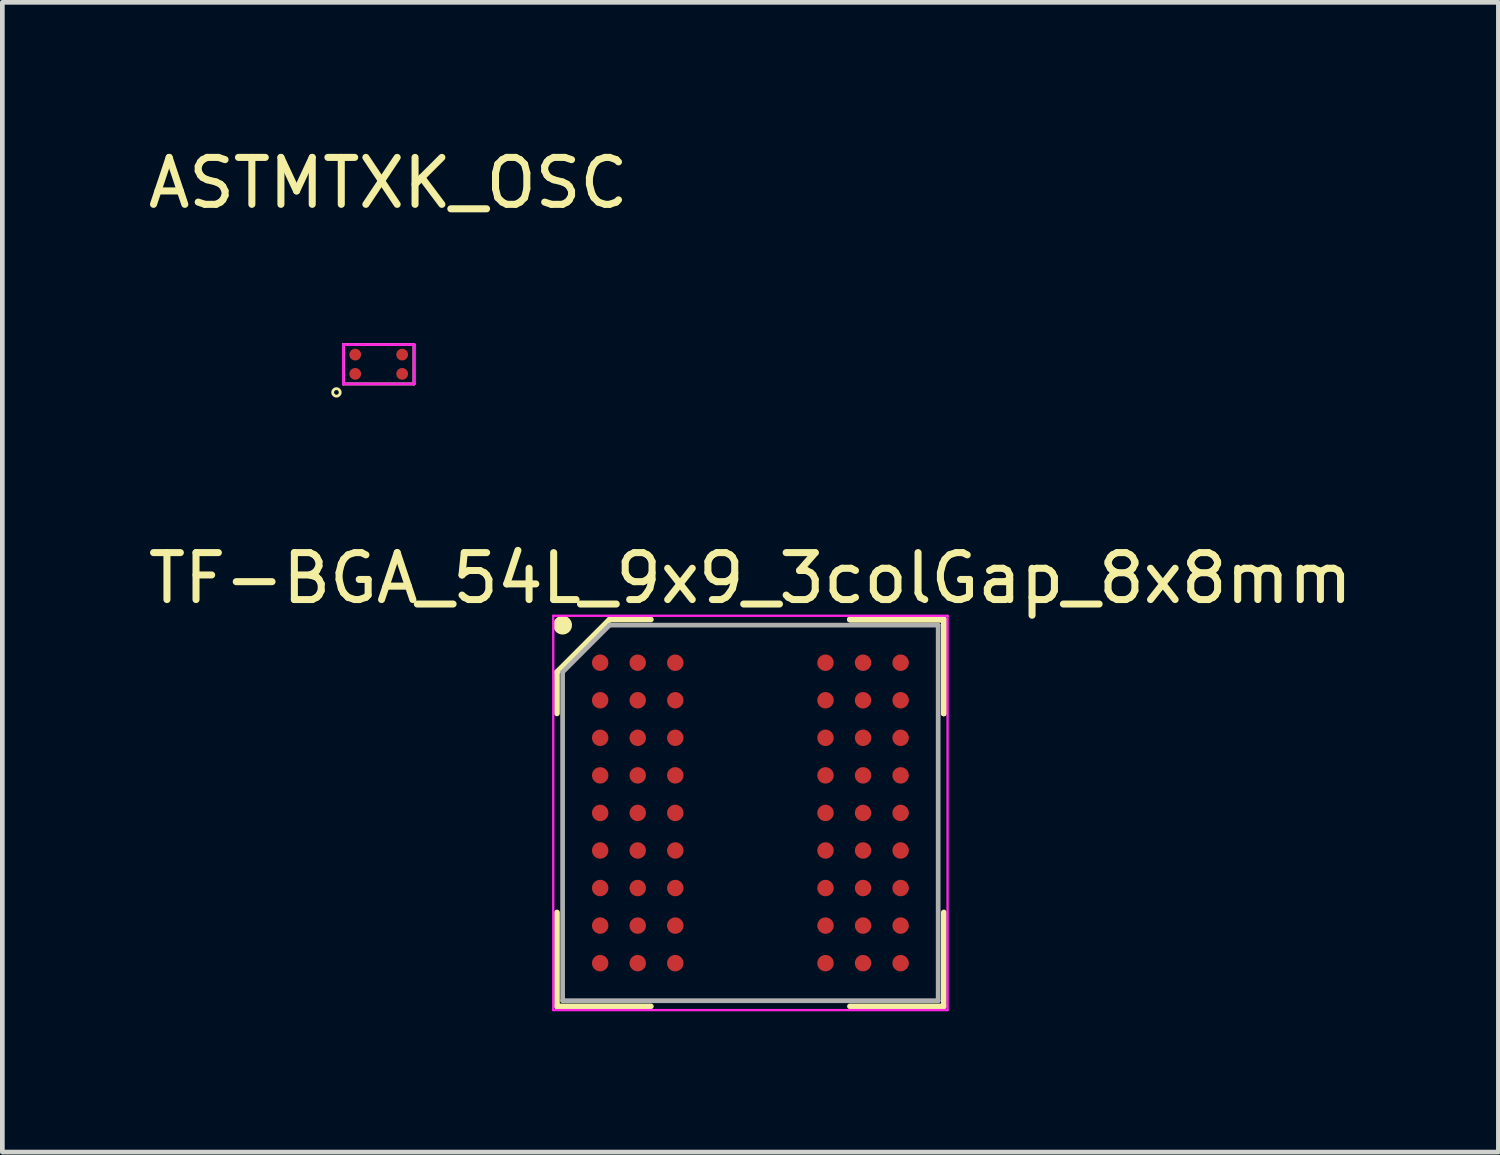
<source format=kicad_pcb>
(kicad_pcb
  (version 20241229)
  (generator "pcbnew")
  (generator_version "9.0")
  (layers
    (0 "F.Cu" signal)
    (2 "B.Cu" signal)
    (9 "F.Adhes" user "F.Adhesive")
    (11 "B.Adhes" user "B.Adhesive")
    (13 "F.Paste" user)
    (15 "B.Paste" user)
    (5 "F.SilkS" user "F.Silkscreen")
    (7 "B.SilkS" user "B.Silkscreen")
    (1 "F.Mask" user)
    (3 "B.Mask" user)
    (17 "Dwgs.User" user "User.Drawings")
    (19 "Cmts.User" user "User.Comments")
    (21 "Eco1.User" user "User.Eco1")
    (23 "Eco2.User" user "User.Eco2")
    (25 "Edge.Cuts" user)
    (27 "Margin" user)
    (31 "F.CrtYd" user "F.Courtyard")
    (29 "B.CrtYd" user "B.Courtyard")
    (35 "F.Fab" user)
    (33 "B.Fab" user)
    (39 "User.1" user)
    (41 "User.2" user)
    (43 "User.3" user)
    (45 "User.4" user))
  (footprint "ASTMTXK_OSC"
    (layer "F.Cu")
    (at 5.017 4.709)
    (property "Reference" "ASTMTXK_OSC" (at 0.203 -3.861 0) (layer "F.SilkS") (effects (font (size 1 1) (thickness 0.15))))
    (attr through_hole)
    (fp_line (start -0.752 -0.42) (end 0.752 -0.42) (stroke (width 0.06) (type solid)) (layer "F.SilkS"))
    (fp_line (start -0.752 0.42) (end -0.752 -0.42) (stroke (width 0.06) (type solid)) (layer "F.SilkS"))
    (fp_line (start 0.752 -0.42) (end 0.752 0.42) (stroke (width 0.06) (type solid)) (layer "F.SilkS"))
    (fp_line (start 0.752 0.42) (end -0.752 0.42) (stroke (width 0.06) (type solid)) (layer "F.SilkS"))
    (fp_circle (center -0.9 0.6) (end -0.82 0.6) (stroke (width 0.06) (type solid)) (fill no) (layer "F.SilkS"))
    (fp_line (start -0.752 -0.42) (end -0.752 0.42) (stroke (width 0.06) (type solid)) (layer "F.CrtYd"))
    (fp_line (start -0.752 0.42) (end 0.752 0.42) (stroke (width 0.06) (type solid)) (layer "F.CrtYd"))
    (fp_line (start 0.752 -0.42) (end -0.752 -0.42) (stroke (width 0.06) (type solid)) (layer "F.CrtYd"))
    (fp_line (start 0.752 0.42) (end 0.752 -0.42) (stroke (width 0.06) (type solid)) (layer "F.CrtYd"))
    (pad "1" smd circle (at -0.5 0.205) (size 0.25 0.25) (layers "F.Cu" "F.Mask" "F.Paste"))
    (pad "2" smd circle (at 0.5 0.205) (size 0.25 0.25) (layers "F.Cu" "F.Mask" "F.Paste"))
    (pad "3" smd circle (at 0.5 -0.205) (size 0.25 0.25) (layers "F.Cu" "F.Mask" "F.Paste"))
    (pad "4" smd circle (at -0.5 -0.205) (size 0.25 0.25) (layers "F.Cu" "F.Mask" "F.Paste")))
  (footprint "TF-BGA_54L_9x9_3colGap_8x8mm"
    (layer "F.Cu")
    (at 12.935 14.267)
    (property "Reference" "TF-BGA_54L_9x9_3colGap_8x8mm" (at 0 -5 0) (layer "F.SilkS") (effects (font (size 1 1) (thickness 0.15))))
    (attr smd)
    (fp_line (start -4.12 -3) (end -4.12 -2.12) (stroke (width 0.12) (type solid)) (layer "F.SilkS"))
    (fp_line (start -4.12 4.12) (end -4.12 2.12) (stroke (width 0.12) (type solid)) (layer "F.SilkS"))
    (fp_line (start -3 -4.12) (end -4.12 -3) (stroke (width 0.12) (type solid)) (layer "F.SilkS"))
    (fp_line (start -2.12 -4.12) (end -3 -4.12) (stroke (width 0.12) (type solid)) (layer "F.SilkS"))
    (fp_line (start -2.12 4.12) (end -4.12 4.12) (stroke (width 0.12) (type solid)) (layer "F.SilkS"))
    (fp_line (start 2.12 -4.12) (end 4.12 -4.12) (stroke (width 0.12) (type solid)) (layer "F.SilkS"))
    (fp_line (start 2.12 -4.12) (end 4.12 -4.12) (stroke (width 0.12) (type solid)) (layer "F.SilkS"))
    (fp_line (start 2.12 -4.12) (end 4.12 -4.12) (stroke (width 0.12) (type solid)) (layer "F.SilkS"))
    (fp_line (start 2.12 4.12) (end 4.12 4.12) (stroke (width 0.12) (type solid)) (layer "F.SilkS"))
    (fp_line (start 4.12 -4.12) (end 4.12 -2.12) (stroke (width 0.12) (type solid)) (layer "F.SilkS"))
    (fp_line (start 4.12 -4.12) (end 4.12 -2.12) (stroke (width 0.12) (type solid)) (layer "F.SilkS"))
    (fp_line (start 4.12 -4.12) (end 4.12 -2.12) (stroke (width 0.12) (type solid)) (layer "F.SilkS"))
    (fp_line (start 4.12 4.12) (end 4.12 2.12) (stroke (width 0.12) (type solid)) (layer "F.SilkS"))
    (fp_circle (center -4 -4) (end -4 -3.9) (stroke (width 0.2) (type solid)) (fill no) (layer "F.SilkS"))
    (fp_line (start -4.2 -4.2) (end 4.2 -4.2) (stroke (width 0.05) (type solid)) (layer "F.CrtYd"))
    (fp_line (start -4.2 4.2) (end -4.2 -4.2) (stroke (width 0.05) (type solid)) (layer "F.CrtYd"))
    (fp_line (start 4.2 -4.2) (end 4.2 4.2) (stroke (width 0.05) (type solid)) (layer "F.CrtYd"))
    (fp_line (start 4.2 4.2) (end -4.2 4.2) (stroke (width 0.05) (type solid)) (layer "F.CrtYd"))
    (fp_line (start -4 -3) (end -4 4) (stroke (width 0.1) (type solid)) (layer "F.Fab"))
    (fp_line (start -4 4) (end 4 4) (stroke (width 0.1) (type solid)) (layer "F.Fab"))
    (fp_line (start -3 -4) (end -4 -3) (stroke (width 0.1) (type solid)) (layer "F.Fab"))
    (fp_line (start 4 -4) (end -3 -4) (stroke (width 0.1) (type solid)) (layer "F.Fab"))
    (fp_line (start 4 4) (end 4 -4) (stroke (width 0.1) (type solid)) (layer "F.Fab"))
    (pad "A1" smd circle (at -3.2 -3.2) (size 0.35 0.35) (layers "F.Cu" "F.Mask" "F.Paste"))
    (pad "A2" smd circle (at -2.4 -3.2) (size 0.35 0.35) (layers "F.Cu" "F.Mask" "F.Paste"))
    (pad "A3" smd circle (at -1.6 -3.2) (size 0.35 0.35) (layers "F.Cu" "F.Mask" "F.Paste"))
    (pad "A7" smd circle (at 1.6 -3.2) (size 0.35 0.35) (layers "F.Cu" "F.Mask" "F.Paste"))
    (pad "A8" smd circle (at 2.4 -3.2) (size 0.35 0.35) (layers "F.Cu" "F.Mask" "F.Paste"))
    (pad "A9" smd circle (at 3.2 -3.2) (size 0.35 0.35) (layers "F.Cu" "F.Mask" "F.Paste"))
    (pad "B1" smd circle (at -3.2 -2.4) (size 0.35 0.35) (layers "F.Cu" "F.Mask" "F.Paste"))
    (pad "B2" smd circle (at -2.4 -2.4) (size 0.35 0.35) (layers "F.Cu" "F.Mask" "F.Paste"))
    (pad "B3" smd circle (at -1.6 -2.4) (size 0.35 0.35) (layers "F.Cu" "F.Mask" "F.Paste"))
    (pad "B7" smd circle (at 1.6 -2.4) (size 0.35 0.35) (layers "F.Cu" "F.Mask" "F.Paste"))
    (pad "B8" smd circle (at 2.4 -2.4) (size 0.35 0.35) (layers "F.Cu" "F.Mask" "F.Paste"))
    (pad "B9" smd circle (at 3.2 -2.4) (size 0.35 0.35) (layers "F.Cu" "F.Mask" "F.Paste"))
    (pad "C1" smd circle (at -3.2 -1.6) (size 0.35 0.35) (layers "F.Cu" "F.Mask" "F.Paste"))
    (pad "C2" smd circle (at -2.4 -1.6) (size 0.35 0.35) (layers "F.Cu" "F.Mask" "F.Paste"))
    (pad "C3" smd circle (at -1.6 -1.6) (size 0.35 0.35) (layers "F.Cu" "F.Mask" "F.Paste"))
    (pad "C7" smd circle (at 1.6 -1.6) (size 0.35 0.35) (layers "F.Cu" "F.Mask" "F.Paste"))
    (pad "C8" smd circle (at 2.4 -1.6) (size 0.35 0.35) (layers "F.Cu" "F.Mask" "F.Paste"))
    (pad "C9" smd circle (at 3.2 -1.6) (size 0.35 0.35) (layers "F.Cu" "F.Mask" "F.Paste"))
    (pad "D1" smd circle (at -3.2 -0.8) (size 0.35 0.35) (layers "F.Cu" "F.Mask" "F.Paste"))
    (pad "D2" smd circle (at -2.4 -0.8) (size 0.35 0.35) (layers "F.Cu" "F.Mask" "F.Paste"))
    (pad "D3" smd circle (at -1.6 -0.8) (size 0.35 0.35) (layers "F.Cu" "F.Mask" "F.Paste"))
    (pad "D7" smd circle (at 1.6 -0.8) (size 0.35 0.35) (layers "F.Cu" "F.Mask" "F.Paste"))
    (pad "D8" smd circle (at 2.4 -0.8) (size 0.35 0.35) (layers "F.Cu" "F.Mask" "F.Paste"))
    (pad "D9" smd circle (at 3.2 -0.8) (size 0.35 0.35) (layers "F.Cu" "F.Mask" "F.Paste"))
    (pad "E1" smd circle (at -3.2 0) (size 0.35 0.35) (layers "F.Cu" "F.Mask" "F.Paste"))
    (pad "E2" smd circle (at -2.4 0) (size 0.35 0.35) (layers "F.Cu" "F.Mask" "F.Paste"))
    (pad "E3" smd circle (at -1.6 0) (size 0.35 0.35) (layers "F.Cu" "F.Mask" "F.Paste"))
    (pad "E7" smd circle (at 1.6 0) (size 0.35 0.35) (layers "F.Cu" "F.Mask" "F.Paste"))
    (pad "E8" smd circle (at 2.4 0) (size 0.35 0.35) (layers "F.Cu" "F.Mask" "F.Paste"))
    (pad "E9" smd circle (at 3.2 0) (size 0.35 0.35) (layers "F.Cu" "F.Mask" "F.Paste"))
    (pad "F1" smd circle (at -3.2 0.8) (size 0.35 0.35) (layers "F.Cu" "F.Mask" "F.Paste"))
    (pad "F2" smd circle (at -2.4 0.8) (size 0.35 0.35) (layers "F.Cu" "F.Mask" "F.Paste"))
    (pad "F3" smd circle (at -1.6 0.8) (size 0.35 0.35) (layers "F.Cu" "F.Mask" "F.Paste"))
    (pad "F7" smd circle (at 1.6 0.8) (size 0.35 0.35) (layers "F.Cu" "F.Mask" "F.Paste"))
    (pad "F8" smd circle (at 2.4 0.8) (size 0.35 0.35) (layers "F.Cu" "F.Mask" "F.Paste"))
    (pad "F9" smd circle (at 3.2 0.8) (size 0.35 0.35) (layers "F.Cu" "F.Mask" "F.Paste"))
    (pad "G1" smd circle (at -3.2 1.6) (size 0.35 0.35) (layers "F.Cu" "F.Mask" "F.Paste"))
    (pad "G2" smd circle (at -2.4 1.6) (size 0.35 0.35) (layers "F.Cu" "F.Mask" "F.Paste"))
    (pad "G3" smd circle (at -1.6 1.6) (size 0.35 0.35) (layers "F.Cu" "F.Mask" "F.Paste"))
    (pad "G7" smd circle (at 1.6 1.6) (size 0.35 0.35) (layers "F.Cu" "F.Mask" "F.Paste"))
    (pad "G8" smd circle (at 2.4 1.6) (size 0.35 0.35) (layers "F.Cu" "F.Mask" "F.Paste"))
    (pad "G9" smd circle (at 3.2 1.6) (size 0.35 0.35) (layers "F.Cu" "F.Mask" "F.Paste"))
    (pad "H1" smd circle (at -3.2 2.4) (size 0.35 0.35) (layers "F.Cu" "F.Mask" "F.Paste"))
    (pad "H2" smd circle (at -2.4 2.4) (size 0.35 0.35) (layers "F.Cu" "F.Mask" "F.Paste"))
    (pad "H3" smd circle (at -1.6 2.4) (size 0.35 0.35) (layers "F.Cu" "F.Mask" "F.Paste"))
    (pad "H7" smd circle (at 1.6 2.4) (size 0.35 0.35) (layers "F.Cu" "F.Mask" "F.Paste"))
    (pad "H8" smd circle (at 2.4 2.4) (size 0.35 0.35) (layers "F.Cu" "F.Mask" "F.Paste"))
    (pad "H9" smd circle (at 3.2 2.4) (size 0.35 0.35) (layers "F.Cu" "F.Mask" "F.Paste"))
    (pad "J1" smd circle (at -3.2 3.2) (size 0.35 0.35) (layers "F.Cu" "F.Mask" "F.Paste"))
    (pad "J2" smd circle (at -2.4 3.2) (size 0.35 0.35) (layers "F.Cu" "F.Mask" "F.Paste"))
    (pad "J3" smd circle (at -1.6 3.2) (size 0.35 0.35) (layers "F.Cu" "F.Mask" "F.Paste"))
    (pad "J7" smd circle (at 1.6 3.2) (size 0.35 0.35) (layers "F.Cu" "F.Mask" "F.Paste"))
    (pad "J8" smd circle (at 2.4 3.2) (size 0.35 0.35) (layers "F.Cu" "F.Mask" "F.Paste"))
    (pad "J9" smd circle (at 3.2 3.2) (size 0.35 0.35) (layers "F.Cu" "F.Mask" "F.Paste")))
  (gr_rect
    (start -3 -3)
    (end 28.869 21.492)
    (stroke (width 0.1) (type default))
    (fill no)
    (layer "Edge.Cuts")))
</source>
